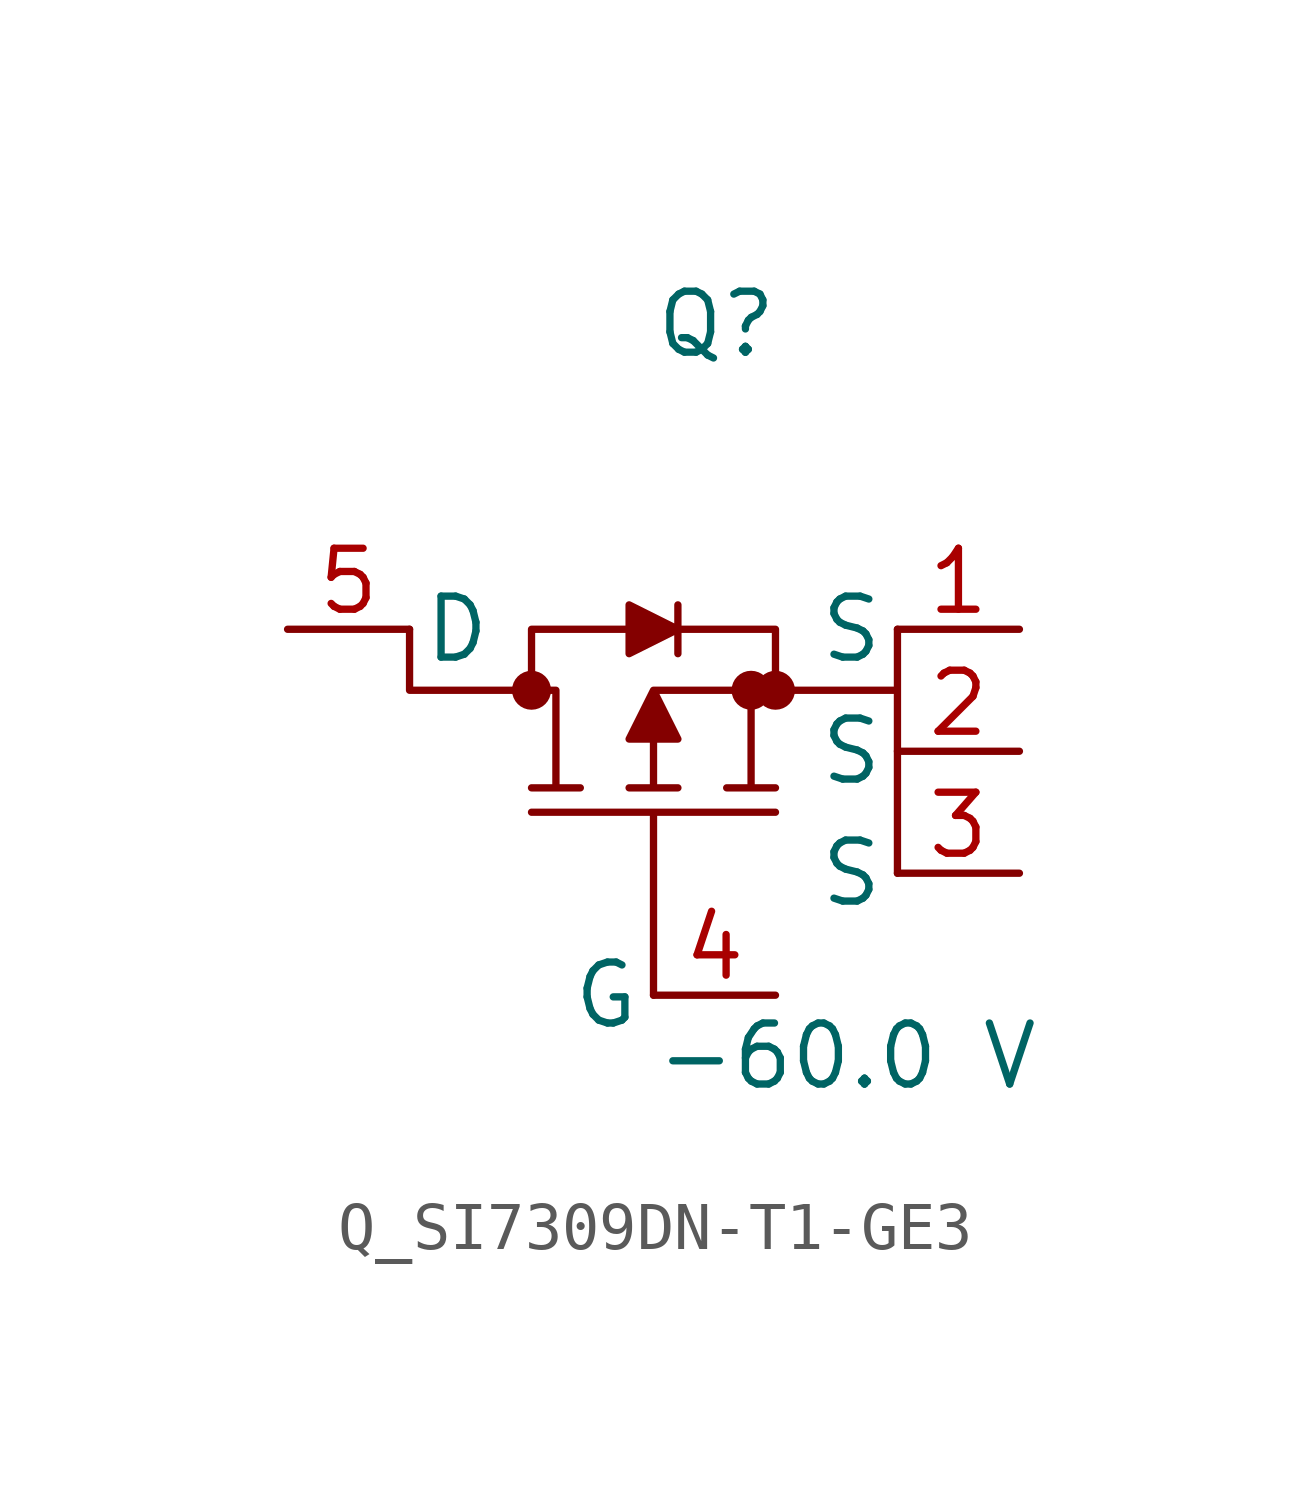
<source format=kicad_sym>
(kicad_symbol_lib
  (version 20231120)
  (generator kicad_symbol_editor)
  (generator_version 8.0)
  (symbol "Q_SI7309DN-T1-GE3"
    (pin_names
      (offset 0.254))
    (property "Reference" "Q"
      (at 0 7.62 0)
      (effects (font (size 1.27 1.27)) (justify left)))
    (property "Value" "-60.0 V"
      (at 0 -7.62 0)
      (effects (font (size 1.27 1.27)) (justify left)))
    (symbol "Q_SI7309DN-T1-GE3_1_0"
      (polyline (pts (xy 0 -6.35) (xy 0 -2.54) (xy -2.54 -2.54) (xy 2.54 -2.54) (xy 0 -2.54) (xy 0 -6.35)) (stroke (width 0) (type default)) (fill (type outline)))
      (polyline (pts (xy -5.08 1.27) (xy -5.08 0.0) (xy -2.54 0.0) (xy -2.032 0.0) (xy -2.032 -2.032) (xy -2.54 -2.032) (xy -1.524 -2.032) (xy -2.032 -2.032) (xy -2.032 0.0) (xy -2.54 0.0) (xy -2.54 1.27) (xy -0.508 1.27) (xy -0.508 0.762) (xy 0.508 1.27) (xy 0.508 0.762) (xy 0.508 1.27) (xy 2.54 1.27) (xy 2.54 0.0) (xy 0 0.0) (xy -0.508 -1.016) (xy 0 -1.016) (xy 0 -2.032) (xy -0.508 -2.032) (xy 0.508 -2.032) (xy 0 -2.032) (xy 0 -1.016) (xy 0.508 -1.016) (xy 0 0.0) (xy 2.032 0.0) (xy 2.032 -2.032) (xy 1.524 -2.032) (xy 2.54 -2.032) (xy 2.032 -2.032) (xy 2.032 0.0) (xy 2.54 0.0) (xy 5.08 0.0) (xy 5.08 -3.81) (xy 5.08 1.27) (xy 5.08 0.0) (xy 2.54 0.0) (xy 2.54 1.27) (xy 0.508 1.27) (xy 0.508 1.778) (xy 0.508 1.27) (xy -0.508 1.778) (xy -0.508 1.27) (xy -2.54 1.27) (xy -2.54 0.0) (xy -5.08 0.0) (xy -5.08 1.27)) (stroke (width 0) (type default)) (fill (type outline)))
      (circle (center -2.54 0.0) (radius 0.025) (stroke (width 0.381) (type default)) (fill (type none)))
      (circle (center 2.032 0.0) (radius 0.025) (stroke (width 0.381) (type default)) (fill (type none)))
      (circle (center 2.54 0.0) (radius 0.025) (stroke (width 0.381) (type default)) (fill (type none)))
      (pin unspecified line (at -7.62 1.27 0) (length 2.54) (name "D" (effects (font (size 1.27 1.27)))) (number "5" (effects (font (size 1.27 1.27)))))
      (pin unspecified line (at 7.62 1.27 180) (length 2.54) (name "S" (effects (font (size 1.27 1.27)))) (number "1" (effects (font (size 1.27 1.27)))))
      (pin unspecified line (at 7.62 -1.27 180) (length 2.54) (name "S" (effects (font (size 1.27 1.27)))) (number "2" (effects (font (size 1.27 1.27)))))
      (pin unspecified line (at 7.62 -3.81 180) (length 2.54) (name "S" (effects (font (size 1.27 1.27)))) (number "3" (effects (font (size 1.27 1.27)))))
      (pin unspecified line (at 2.54 -6.35 180) (length 2.54) (name "G" (effects (font (size 1.27 1.27)))) (number "4" (effects (font (size 1.27 1.27))))))))
</source>
